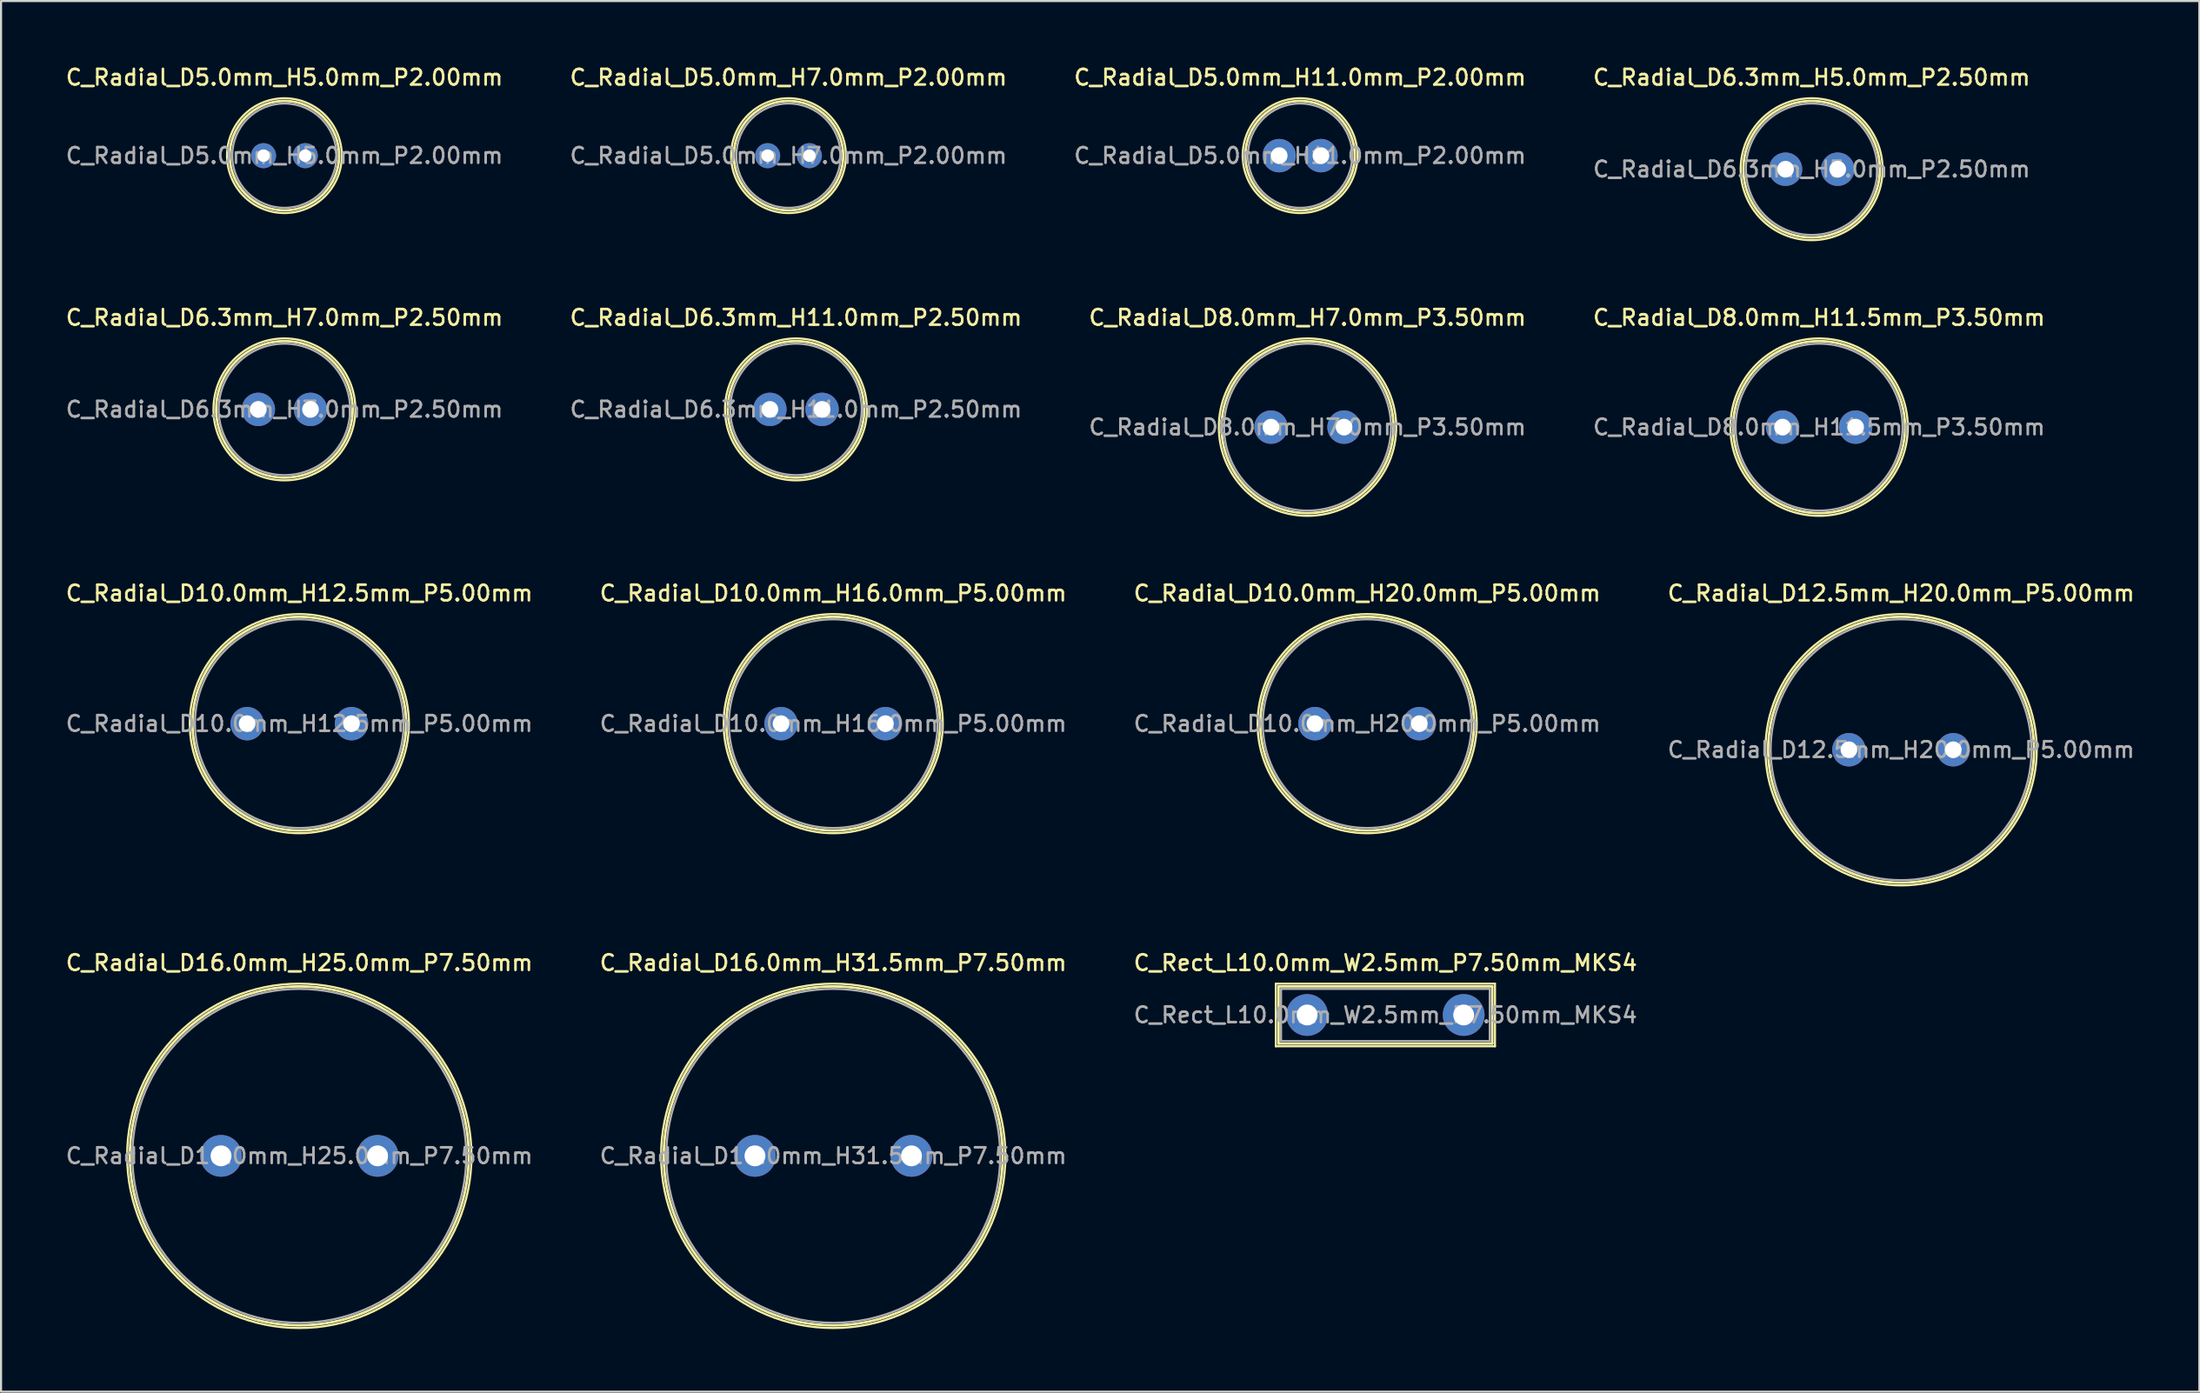
<source format=kicad_pcb>
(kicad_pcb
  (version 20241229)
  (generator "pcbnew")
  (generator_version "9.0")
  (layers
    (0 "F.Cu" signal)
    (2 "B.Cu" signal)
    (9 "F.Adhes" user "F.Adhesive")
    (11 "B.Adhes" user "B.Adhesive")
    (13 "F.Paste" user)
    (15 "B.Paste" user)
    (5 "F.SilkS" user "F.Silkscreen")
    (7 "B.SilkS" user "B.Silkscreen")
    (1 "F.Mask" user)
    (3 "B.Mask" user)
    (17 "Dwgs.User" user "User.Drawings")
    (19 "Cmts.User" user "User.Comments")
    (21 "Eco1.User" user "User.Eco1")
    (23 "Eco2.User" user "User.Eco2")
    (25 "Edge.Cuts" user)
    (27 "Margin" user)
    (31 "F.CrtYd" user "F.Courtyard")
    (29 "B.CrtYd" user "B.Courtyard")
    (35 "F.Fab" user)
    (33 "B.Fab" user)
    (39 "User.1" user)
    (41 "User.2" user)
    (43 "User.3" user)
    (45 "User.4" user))
  (footprint "C_Radial_D6.3mm_H5.0mm_P2.50mm"
    (layer "F.Cu")
    (at 82.502 5.058)
    (property "Reference" "C_Radial_D6.3mm_H5.0mm_P2.50mm" (at 1.25 -4.4 0) (layer "F.SilkS") (effects (font (size 0.75 0.75) (thickness 0.125))))
    (attr through_hole)
    (fp_circle (center 1.25 0) (end 4.52 0) (stroke (width 0.12) (type solid)) (fill no) (layer "F.SilkS"))
    (fp_circle (center 1.25 0) (end 4.65 0) (stroke (width 0.1) (type solid)) (fill no) (layer "F.SilkS"))
    (fp_circle (center 1.25 0) (end 4.4 0) (stroke (width 0.1) (type solid)) (fill no) (layer "F.Fab"))
    (fp_text user "${REFERENCE}" (at 1.25 0 0) (layer "F.Fab") (effects (font (size 0.75 0.75) (thickness 0.125))))
    (pad "1" thru_hole circle (at 0 0) (size 1.6 1.6) (drill 0.8) (layers "*.Cu" "*.Mask"))
    (pad "2" thru_hole circle (at 2.5 0) (size 1.6 1.6) (drill 0.8) (layers "*.Cu" "*.Mask")))
  (footprint "C_Radial_D5.0mm_H5.0mm_P2.00mm"
    (layer "F.Cu")
    (at 9.577 4.408)
    (property "Reference" "C_Radial_D5.0mm_H5.0mm_P2.00mm" (at 1 -3.75 0) (layer "F.SilkS") (effects (font (size 0.75 0.75) (thickness 0.125))))
    (attr through_hole)
    (fp_circle (center 1 0) (end 3.62 0) (stroke (width 0.12) (type solid)) (fill no) (layer "F.SilkS"))
    (fp_circle (center 1 0) (end 3.75 0) (stroke (width 0.1) (type solid)) (fill no) (layer "F.SilkS"))
    (fp_circle (center 1 0) (end 3.5 0) (stroke (width 0.1) (type solid)) (fill no) (layer "F.Fab"))
    (fp_text user "${REFERENCE}" (at 1 0 0) (layer "F.Fab") (effects (font (size 0.75 0.75) (thickness 0.125))))
    (pad "1" thru_hole circle (at 0 0) (size 1.2 1.2) (drill 0.6) (layers "*.Cu" "*.Mask"))
    (pad "2" thru_hole circle (at 2 0) (size 1.2 1.2) (drill 0.6) (layers "*.Cu" "*.Mask")))
  (footprint "C_Radial_D8.0mm_H7.0mm_P3.50mm"
    (layer "F.Cu")
    (at 57.848 17.416)
    (property "Reference" "C_Radial_D8.0mm_H7.0mm_P3.50mm" (at 1.75 -5.25 0) (layer "F.SilkS") (effects (font (size 0.75 0.75) (thickness 0.125))))
    (attr through_hole)
    (fp_circle (center 1.75 0) (end 5.87 0) (stroke (width 0.12) (type solid)) (fill no) (layer "F.SilkS"))
    (fp_circle (center 1.75 0) (end 6 0) (stroke (width 0.1) (type solid)) (fill no) (layer "F.SilkS"))
    (fp_circle (center 1.75 0) (end 5.75 0) (stroke (width 0.1) (type solid)) (fill no) (layer "F.Fab"))
    (fp_text user "${REFERENCE}" (at 1.75 0 0) (layer "F.Fab") (effects (font (size 0.75 0.75) (thickness 0.125))))
    (pad "1" thru_hole circle (at 0 0) (size 1.6 1.6) (drill 0.8) (layers "*.Cu" "*.Mask"))
    (pad "2" thru_hole circle (at 3.5 0) (size 1.6 1.6) (drill 0.8) (layers "*.Cu" "*.Mask")))
  (footprint "C_Radial_D5.0mm_H7.0mm_P2.00mm"
    (layer "F.Cu")
    (at 33.73 4.408)
    (property "Reference" "C_Radial_D5.0mm_H7.0mm_P2.00mm" (at 1 -3.75 0) (layer "F.SilkS") (effects (font (size 0.75 0.75) (thickness 0.125))))
    (attr through_hole)
    (fp_circle (center 1 0) (end 3.62 0) (stroke (width 0.12) (type solid)) (fill no) (layer "F.SilkS"))
    (fp_circle (center 1 0) (end 3.75 0) (stroke (width 0.1) (type solid)) (fill no) (layer "F.SilkS"))
    (fp_circle (center 1 0) (end 3.5 0) (stroke (width 0.1) (type solid)) (fill no) (layer "F.Fab"))
    (fp_text user "${REFERENCE}" (at 1 0 0) (layer "F.Fab") (effects (font (size 0.75 0.75) (thickness 0.125))))
    (pad "1" thru_hole circle (at 0 0) (size 1.2 1.2) (drill 0.6) (layers "*.Cu" "*.Mask"))
    (pad "2" thru_hole circle (at 2 0) (size 1.2 1.2) (drill 0.6) (layers "*.Cu" "*.Mask")))
  (footprint "C_Radial_D10.0mm_H20.0mm_P5.00mm"
    (layer "F.Cu")
    (at 59.955 31.624)
    (property "Reference" "C_Radial_D10.0mm_H20.0mm_P5.00mm" (at 2.5 -6.25 0) (layer "F.SilkS") (effects (font (size 0.75 0.75) (thickness 0.125))))
    (attr through_hole)
    (fp_circle (center 2.5 0) (end 7.62 0) (stroke (width 0.12) (type solid)) (fill no) (layer "F.SilkS"))
    (fp_circle (center 2.5 0) (end 7.75 0) (stroke (width 0.1) (type solid)) (fill no) (layer "F.SilkS"))
    (fp_circle (center 2.5 0) (end 7.5 0) (stroke (width 0.1) (type solid)) (fill no) (layer "F.Fab"))
    (fp_text user "${REFERENCE}" (at 2.5 0 0) (layer "F.Fab") (effects (font (size 0.75 0.75) (thickness 0.125))))
    (pad "1" thru_hole circle (at 0 0) (size 1.6 1.6) (drill 0.8) (layers "*.Cu" "*.Mask"))
    (pad "2" thru_hole circle (at 5 0) (size 1.6 1.6) (drill 0.8) (layers "*.Cu" "*.Mask")))
  (footprint "C_Radial_D6.3mm_H11.0mm_P2.50mm"
    (layer "F.Cu")
    (at 33.838 16.566)
    (property "Reference" "C_Radial_D6.3mm_H11.0mm_P2.50mm" (at 1.25 -4.4 0) (layer "F.SilkS") (effects (font (size 0.75 0.75) (thickness 0.125))))
    (attr through_hole)
    (fp_circle (center 1.25 0) (end 4.52 0) (stroke (width 0.12) (type solid)) (fill no) (layer "F.SilkS"))
    (fp_circle (center 1.25 0) (end 4.65 0) (stroke (width 0.1) (type solid)) (fill no) (layer "F.SilkS"))
    (fp_circle (center 1.25 0) (end 4.4 0) (stroke (width 0.1) (type solid)) (fill no) (layer "F.Fab"))
    (fp_text user "${REFERENCE}" (at 1.25 0 0) (layer "F.Fab") (effects (font (size 0.75 0.75) (thickness 0.125))))
    (pad "1" thru_hole circle (at 0 0) (size 1.6 1.6) (drill 0.8) (layers "*.Cu" "*.Mask"))
    (pad "2" thru_hole circle (at 2.5 0) (size 1.6 1.6) (drill 0.8) (layers "*.Cu" "*.Mask")))
  (footprint "C_Radial_D6.3mm_H7.0mm_P2.50mm"
    (layer "F.Cu")
    (at 9.327 16.566)
    (property "Reference" "C_Radial_D6.3mm_H7.0mm_P2.50mm" (at 1.25 -4.4 0) (layer "F.SilkS") (effects (font (size 0.75 0.75) (thickness 0.125))))
    (attr through_hole)
    (fp_circle (center 1.25 0) (end 4.52 0) (stroke (width 0.12) (type solid)) (fill no) (layer "F.SilkS"))
    (fp_circle (center 1.25 0) (end 4.65 0) (stroke (width 0.1) (type solid)) (fill no) (layer "F.SilkS"))
    (fp_circle (center 1.25 0) (end 4.4 0) (stroke (width 0.1) (type solid)) (fill no) (layer "F.Fab"))
    (fp_text user "${REFERENCE}" (at 1.25 0 0) (layer "F.Fab") (effects (font (size 0.75 0.75) (thickness 0.125))))
    (pad "1" thru_hole circle (at 0 0) (size 1.6 1.6) (drill 0.8) (layers "*.Cu" "*.Mask"))
    (pad "2" thru_hole circle (at 2.5 0) (size 1.6 1.6) (drill 0.8) (layers "*.Cu" "*.Mask")))
  (footprint "C_Rect_L10.0mm_W2.5mm_P7.50mm_MKS4"
    (layer "F.Cu")
    (at 59.58 45.583)
    (property "Reference" "C_Rect_L10.0mm_W2.5mm_P7.50mm_MKS4" (at 3.75 -2.5 0) (layer "F.SilkS") (effects (font (size 0.75 0.75) (thickness 0.125))))
    (attr through_hole)
    (fp_line (start -1.5 -1.5) (end -1.5 1.5) (stroke (width 0.1) (type solid)) (layer "F.SilkS"))
    (fp_line (start -1.5 1.5) (end 9 1.5) (stroke (width 0.1) (type solid)) (layer "F.SilkS"))
    (fp_line (start -1.37 -1.37) (end -1.37 1.37) (stroke (width 0.12) (type solid)) (layer "F.SilkS"))
    (fp_line (start -1.37 -1.37) (end 8.87 -1.37) (stroke (width 0.12) (type solid)) (layer "F.SilkS"))
    (fp_line (start -1.37 1.37) (end 8.87 1.37) (stroke (width 0.12) (type solid)) (layer "F.SilkS"))
    (fp_line (start 8.87 -1.37) (end 8.87 1.37) (stroke (width 0.12) (type solid)) (layer "F.SilkS"))
    (fp_line (start 9 -1.5) (end -1.5 -1.5) (stroke (width 0.1) (type solid)) (layer "F.SilkS"))
    (fp_line (start 9 1.5) (end 9 -1.5) (stroke (width 0.1) (type solid)) (layer "F.SilkS"))
    (fp_line (start -1.25 -1.25) (end -1.25 1.25) (stroke (width 0.1) (type solid)) (layer "F.Fab"))
    (fp_line (start -1.25 1.25) (end 8.75 1.25) (stroke (width 0.1) (type solid)) (layer "F.Fab"))
    (fp_line (start 8.75 -1.25) (end -1.25 -1.25) (stroke (width 0.1) (type solid)) (layer "F.Fab"))
    (fp_line (start 8.75 1.25) (end 8.75 -1.25) (stroke (width 0.1) (type solid)) (layer "F.Fab"))
    (fp_text user "${REFERENCE}" (at 3.75 0 0) (layer "F.Fab") (effects (font (size 0.75 0.75) (thickness 0.125))))
    (pad "1" thru_hole circle (at 0 0) (size 2 2) (drill 1) (layers "*.Cu" "*.Mask"))
    (pad "2" thru_hole circle (at 7.5 0) (size 2 2) (drill 1) (layers "*.Cu" "*.Mask")))
  (footprint "C_Radial_D10.0mm_H16.0mm_P5.00mm"
    (layer "F.Cu")
    (at 34.373 31.624)
    (property "Reference" "C_Radial_D10.0mm_H16.0mm_P5.00mm" (at 2.5 -6.25 0) (layer "F.SilkS") (effects (font (size 0.75 0.75) (thickness 0.125))))
    (attr through_hole)
    (fp_circle (center 2.5 0) (end 7.62 0) (stroke (width 0.12) (type solid)) (fill no) (layer "F.SilkS"))
    (fp_circle (center 2.5 0) (end 7.75 0) (stroke (width 0.1) (type solid)) (fill no) (layer "F.SilkS"))
    (fp_circle (center 2.5 0) (end 7.5 0) (stroke (width 0.1) (type solid)) (fill no) (layer "F.Fab"))
    (fp_text user "${REFERENCE}" (at 2.5 0 0) (layer "F.Fab") (effects (font (size 0.75 0.75) (thickness 0.125))))
    (pad "1" thru_hole circle (at 0 0) (size 1.6 1.6) (drill 0.8) (layers "*.Cu" "*.Mask"))
    (pad "2" thru_hole circle (at 5 0) (size 1.6 1.6) (drill 0.8) (layers "*.Cu" "*.Mask")))
  (footprint "C_Radial_D16.0mm_H25.0mm_P7.50mm"
    (layer "F.Cu")
    (at 7.541 52.333)
    (property "Reference" "C_Radial_D16.0mm_H25.0mm_P7.50mm" (at 3.75 -9.25 0) (layer "F.SilkS") (effects (font (size 0.75 0.75) (thickness 0.125))))
    (attr through_hole)
    (fp_circle (center 3.75 0) (end 11.87 0) (stroke (width 0.12) (type solid)) (fill no) (layer "F.SilkS"))
    (fp_circle (center 3.75 0) (end 12 0) (stroke (width 0.1) (type solid)) (fill no) (layer "F.SilkS"))
    (fp_circle (center 3.75 0) (end 11.75 0) (stroke (width 0.1) (type solid)) (fill no) (layer "F.Fab"))
    (fp_text user "${REFERENCE}" (at 3.75 0 0) (layer "F.Fab") (effects (font (size 0.75 0.75) (thickness 0.125))))
    (pad "1" thru_hole circle (at 0 0) (size 2 2) (drill 1) (layers "*.Cu" "*.Mask"))
    (pad "2" thru_hole circle (at 7.5 0) (size 2 2) (drill 1) (layers "*.Cu" "*.Mask")))
  (footprint "C_Radial_D5.0mm_H11.0mm_P2.00mm"
    (layer "F.Cu")
    (at 58.241 4.408)
    (property "Reference" "C_Radial_D5.0mm_H11.0mm_P2.00mm" (at 1 -3.75 0) (layer "F.SilkS") (effects (font (size 0.75 0.75) (thickness 0.125))))
    (attr through_hole)
    (fp_circle (center 1 0) (end 3.62 0) (stroke (width 0.12) (type solid)) (fill no) (layer "F.SilkS"))
    (fp_circle (center 1 0) (end 3.75 0) (stroke (width 0.1) (type solid)) (fill no) (layer "F.SilkS"))
    (fp_circle (center 1 0) (end 3.5 0) (stroke (width 0.1) (type solid)) (fill no) (layer "F.Fab"))
    (fp_text user "${REFERENCE}" (at 1 0 0) (layer "F.Fab") (effects (font (size 0.75 0.75) (thickness 0.125))))
    (pad "1" thru_hole circle (at 0 0) (size 1.6 1.6) (drill 0.8) (layers "*.Cu" "*.Mask"))
    (pad "2" thru_hole circle (at 2 0) (size 1.6 1.6) (drill 0.8) (layers "*.Cu" "*.Mask")))
  (footprint "C_Radial_D16.0mm_H31.5mm_P7.50mm"
    (layer "F.Cu")
    (at 33.123 52.333)
    (property "Reference" "C_Radial_D16.0mm_H31.5mm_P7.50mm" (at 3.75 -9.25 0) (layer "F.SilkS") (effects (font (size 0.75 0.75) (thickness 0.125))))
    (attr through_hole)
    (fp_circle (center 3.75 0) (end 11.87 0) (stroke (width 0.12) (type solid)) (fill no) (layer "F.SilkS"))
    (fp_circle (center 3.75 0) (end 12 0) (stroke (width 0.1) (type solid)) (fill no) (layer "F.SilkS"))
    (fp_circle (center 3.75 0) (end 11.75 0) (stroke (width 0.1) (type solid)) (fill no) (layer "F.Fab"))
    (fp_text user "${REFERENCE}" (at 3.75 0 0) (layer "F.Fab") (effects (font (size 0.75 0.75) (thickness 0.125))))
    (pad "1" thru_hole circle (at 0 0) (size 2 2) (drill 1) (layers "*.Cu" "*.Mask"))
    (pad "2" thru_hole circle (at 7.5 0) (size 2 2) (drill 1) (layers "*.Cu" "*.Mask")))
  (footprint "C_Radial_D10.0mm_H12.5mm_P5.00mm"
    (layer "F.Cu")
    (at 8.791 31.624)
    (property "Reference" "C_Radial_D10.0mm_H12.5mm_P5.00mm" (at 2.5 -6.25 0) (layer "F.SilkS") (effects (font (size 0.75 0.75) (thickness 0.125))))
    (attr through_hole)
    (fp_circle (center 2.5 0) (end 7.62 0) (stroke (width 0.12) (type solid)) (fill no) (layer "F.SilkS"))
    (fp_circle (center 2.5 0) (end 7.75 0) (stroke (width 0.1) (type solid)) (fill no) (layer "F.SilkS"))
    (fp_circle (center 2.5 0) (end 7.5 0) (stroke (width 0.1) (type solid)) (fill no) (layer "F.Fab"))
    (fp_text user "${REFERENCE}" (at 2.5 0 0) (layer "F.Fab") (effects (font (size 0.75 0.75) (thickness 0.125))))
    (pad "1" thru_hole circle (at 0 0) (size 1.6 1.6) (drill 0.8) (layers "*.Cu" "*.Mask"))
    (pad "2" thru_hole circle (at 5 0) (size 1.6 1.6) (drill 0.8) (layers "*.Cu" "*.Mask")))
  (footprint "C_Radial_D8.0mm_H11.5mm_P3.50mm"
    (layer "F.Cu")
    (at 82.359 17.416)
    (property "Reference" "C_Radial_D8.0mm_H11.5mm_P3.50mm" (at 1.75 -5.25 0) (layer "F.SilkS") (effects (font (size 0.75 0.75) (thickness 0.125))))
    (attr through_hole)
    (fp_circle (center 1.75 0) (end 5.87 0) (stroke (width 0.12) (type solid)) (fill no) (layer "F.SilkS"))
    (fp_circle (center 1.75 0) (end 6 0) (stroke (width 0.1) (type solid)) (fill no) (layer "F.SilkS"))
    (fp_circle (center 1.75 0) (end 5.75 0) (stroke (width 0.1) (type solid)) (fill no) (layer "F.Fab"))
    (fp_text user "${REFERENCE}" (at 1.75 0 0) (layer "F.Fab") (effects (font (size 0.75 0.75) (thickness 0.125))))
    (pad "1" thru_hole circle (at 0 0) (size 1.6 1.6) (drill 0.8) (layers "*.Cu" "*.Mask"))
    (pad "2" thru_hole circle (at 3.5 0) (size 1.6 1.6) (drill 0.8) (layers "*.Cu" "*.Mask")))
  (footprint "C_Radial_D12.5mm_H20.0mm_P5.00mm"
    (layer "F.Cu")
    (at 85.538 32.874)
    (property "Reference" "C_Radial_D12.5mm_H20.0mm_P5.00mm" (at 2.5 -7.5 0) (layer "F.SilkS") (effects (font (size 0.75 0.75) (thickness 0.125))))
    (attr through_hole)
    (fp_circle (center 2.5 0) (end 8.87 0) (stroke (width 0.12) (type solid)) (fill no) (layer "F.SilkS"))
    (fp_circle (center 2.5 0) (end 9 0) (stroke (width 0.1) (type solid)) (fill no) (layer "F.SilkS"))
    (fp_circle (center 2.5 0) (end 8.75 0) (stroke (width 0.1) (type solid)) (fill no) (layer "F.Fab"))
    (fp_text user "${REFERENCE}" (at 2.5 0 0) (layer "F.Fab") (effects (font (size 0.75 0.75) (thickness 0.125))))
    (pad "1" thru_hole circle (at 0 0) (size 1.6 1.6) (drill 0.8) (layers "*.Cu" "*.Mask"))
    (pad "2" thru_hole circle (at 5 0) (size 1.6 1.6) (drill 0.8) (layers "*.Cu" "*.Mask")))
  (gr_rect
    (start -3 -3)
    (end 102.329 63.633)
    (stroke (width 0.1) (type default))
    (fill no)
    (layer "Edge.Cuts")))
</source>
